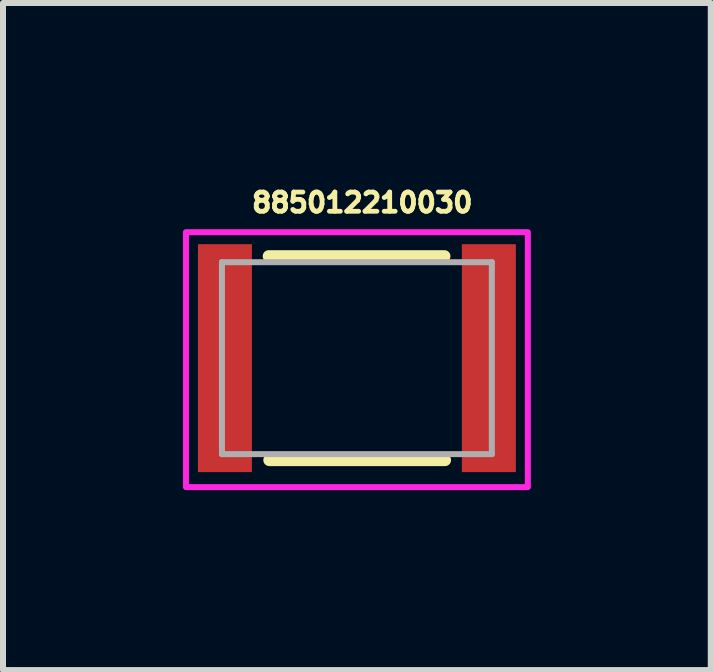
<source format=kicad_pcb>
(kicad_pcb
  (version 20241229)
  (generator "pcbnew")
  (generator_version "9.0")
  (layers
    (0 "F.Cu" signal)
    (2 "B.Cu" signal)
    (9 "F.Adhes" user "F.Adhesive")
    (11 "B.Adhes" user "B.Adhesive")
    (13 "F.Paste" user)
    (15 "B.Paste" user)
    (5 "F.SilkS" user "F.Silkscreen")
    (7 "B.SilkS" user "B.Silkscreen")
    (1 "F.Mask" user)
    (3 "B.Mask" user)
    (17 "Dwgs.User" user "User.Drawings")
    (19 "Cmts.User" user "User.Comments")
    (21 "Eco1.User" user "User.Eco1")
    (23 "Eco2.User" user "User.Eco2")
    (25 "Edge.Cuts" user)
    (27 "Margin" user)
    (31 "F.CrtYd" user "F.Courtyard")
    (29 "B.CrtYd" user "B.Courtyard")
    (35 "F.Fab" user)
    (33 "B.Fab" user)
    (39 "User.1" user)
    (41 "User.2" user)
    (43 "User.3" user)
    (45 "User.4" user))
  (footprint "885012210030"
    (layer "F.Cu")
    (at 2.9 2.921)
    (property "Reference" "885012210030" (at 0.09 -2.593 0) (layer "F.SilkS") (effects (font (size 0.32 0.32) (thickness 0.15))))
    (attr smd)
    (fp_line (start -1.47 -1.7) (end 1.46 -1.7) (stroke (width 0.2) (type solid)) (layer "F.SilkS"))
    (fp_line (start 1.47 1.7) (end -1.46 1.7) (stroke (width 0.2) (type solid)) (layer "F.SilkS"))
    (fp_poly (pts (xy -2.85 -2.1) (xy 2.85 -2.1) (xy 2.85 2.15) (xy -2.85 2.15)) (stroke (width 0.1) (type solid)) (fill no) (layer "F.CrtYd"))
    (fp_line (start -2.25 -1.6) (end -2.25 1.6) (stroke (width 0.1) (type solid)) (layer "F.Fab"))
    (fp_line (start -2.25 -1.6) (end 2.25 -1.6) (stroke (width 0.1) (type solid)) (layer "F.Fab"))
    (fp_line (start -2.25 1.6) (end 2.25 1.6) (stroke (width 0.1) (type solid)) (layer "F.Fab"))
    (fp_line (start 2.25 1.6) (end 2.25 -1.6) (stroke (width 0.1) (type solid)) (layer "F.Fab"))
    (pad "1" smd rect (at -2.2 0) (size 0.9 3.8) (layers "F.Cu" "F.Mask" "F.Paste"))
    (pad "2" smd rect (at 2.2 0) (size 0.9 3.8) (layers "F.Cu" "F.Mask" "F.Paste")))
  (gr_rect
    (start -3 -3)
    (end 8.8 8.121)
    (stroke (width 0.1) (type default))
    (fill no)
    (layer "Edge.Cuts")))
</source>
